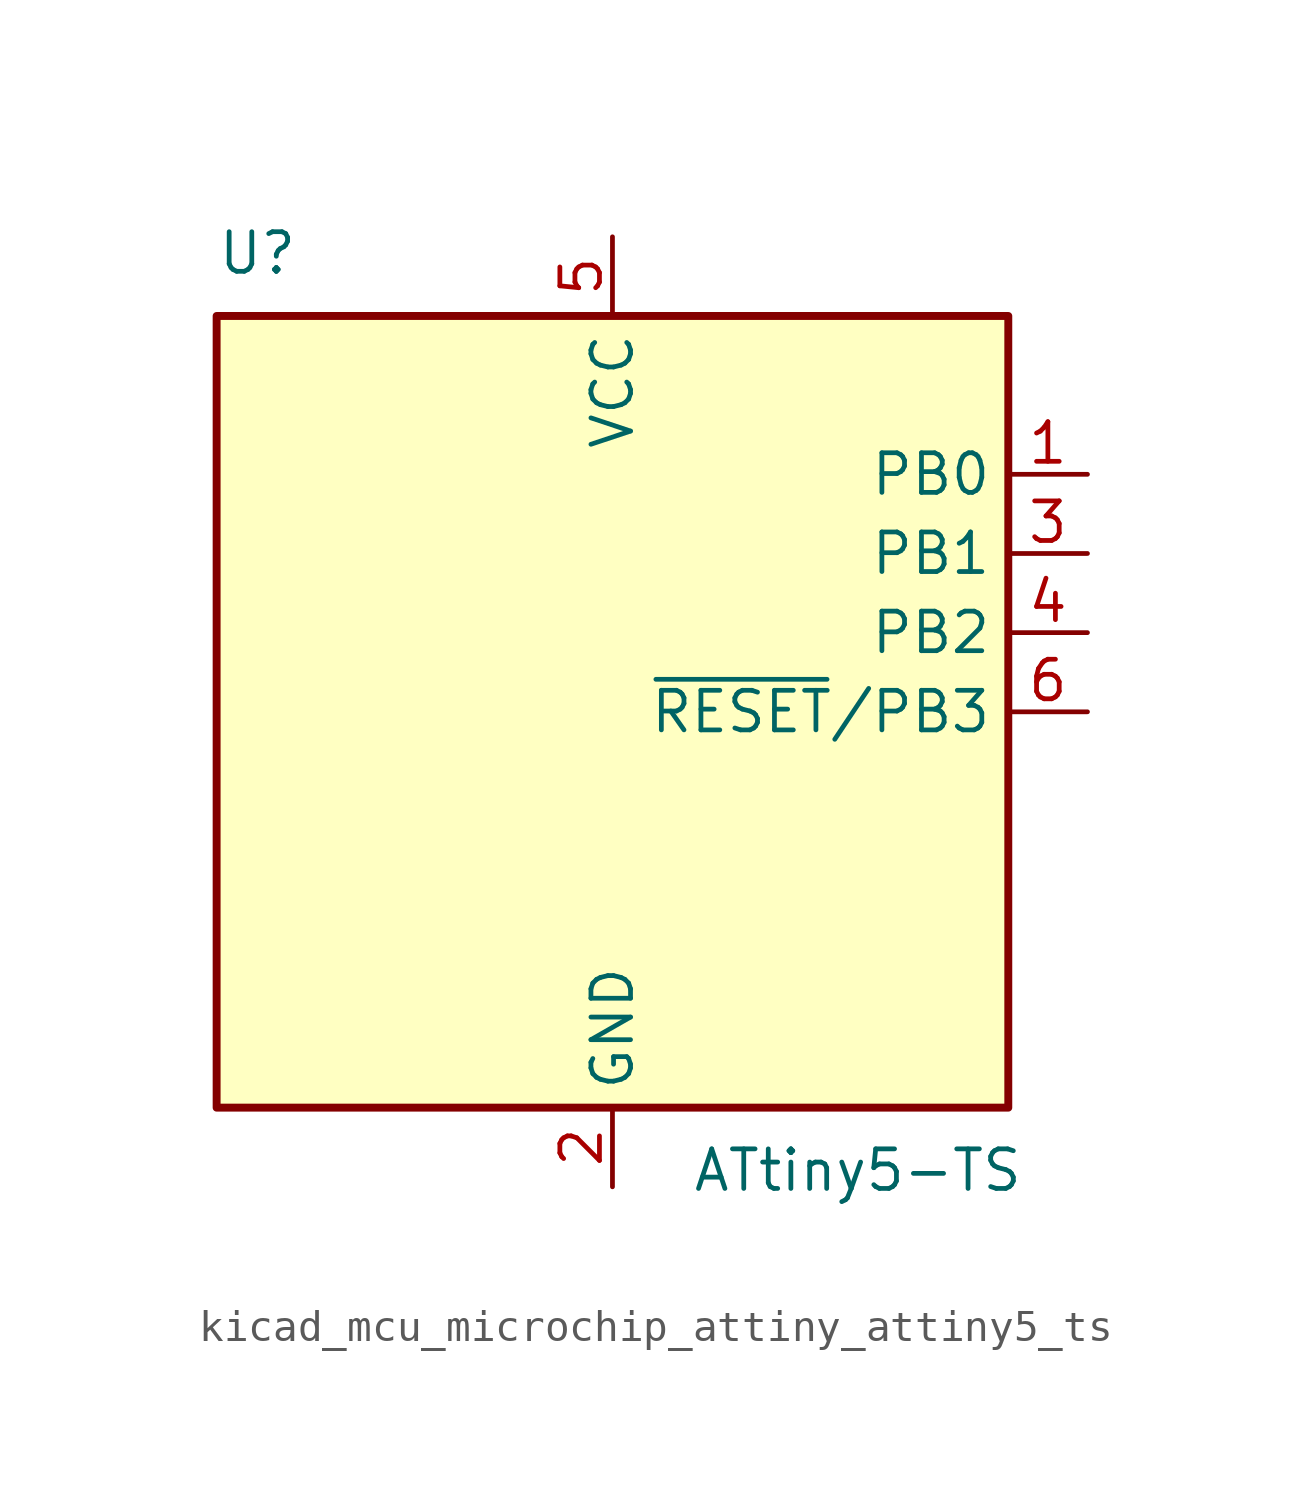
<source format=kicad_sym>
(kicad_symbol_lib
  (version 20220914)
  (generator kicad_symbol_editor)
  (symbol "kicad_mcu_microchip_attiny_attiny5_ts"
    (property "Reference" "U"
      (at -12.7 13.97 0)
      (effects (font (size 1.27 1.27)) (justify left bottom)))
    (property "Value" "ATtiny5-TS"
      (at 2.54 -13.97 0)
      (effects (font (size 1.27 1.27)) (justify left top)))
    (symbol "kicad_mcu_microchip_attiny_attiny5_ts_0_1"
      (rectangle (start -12.7 -12.7) (end 12.7 12.7) (stroke (width 0.254) (type default)) (fill (type background))))
    (symbol "kicad_mcu_microchip_attiny_attiny5_ts_1_1"
      (pin bidirectional line (at 15.24 7.62 180) (length 2.54) (name "PB0" (effects (font (size 1.27 1.27)))) (number "1" (effects (font (size 1.27 1.27)))))
      (pin power_in line (at 0 -15.24 90) (length 2.54) (name "GND" (effects (font (size 1.27 1.27)))) (number "2" (effects (font (size 1.27 1.27)))))
      (pin bidirectional line (at 15.24 5.08 180) (length 2.54) (name "PB1" (effects (font (size 1.27 1.27)))) (number "3" (effects (font (size 1.27 1.27)))))
      (pin bidirectional line (at 15.24 2.54 180) (length 2.54) (name "PB2" (effects (font (size 1.27 1.27)))) (number "4" (effects (font (size 1.27 1.27)))))
      (pin power_in line (at 0 15.24 270) (length 2.54) (name "VCC" (effects (font (size 1.27 1.27)))) (number "5" (effects (font (size 1.27 1.27)))))
      (pin bidirectional line (at 15.24 0 180) (length 2.54) (name "~{RESET}/PB3" (effects (font (size 1.27 1.27)))) (number "6" (effects (font (size 1.27 1.27))))))))
</source>
